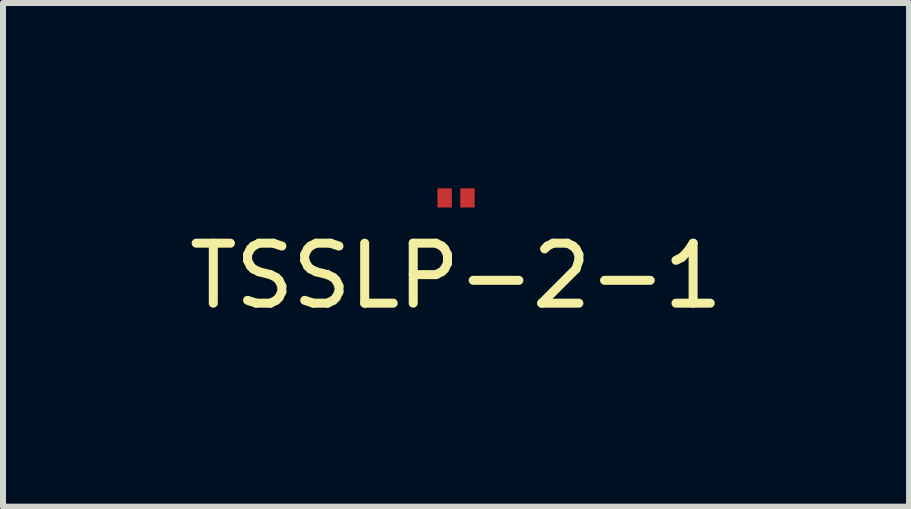
<source format=kicad_pcb>
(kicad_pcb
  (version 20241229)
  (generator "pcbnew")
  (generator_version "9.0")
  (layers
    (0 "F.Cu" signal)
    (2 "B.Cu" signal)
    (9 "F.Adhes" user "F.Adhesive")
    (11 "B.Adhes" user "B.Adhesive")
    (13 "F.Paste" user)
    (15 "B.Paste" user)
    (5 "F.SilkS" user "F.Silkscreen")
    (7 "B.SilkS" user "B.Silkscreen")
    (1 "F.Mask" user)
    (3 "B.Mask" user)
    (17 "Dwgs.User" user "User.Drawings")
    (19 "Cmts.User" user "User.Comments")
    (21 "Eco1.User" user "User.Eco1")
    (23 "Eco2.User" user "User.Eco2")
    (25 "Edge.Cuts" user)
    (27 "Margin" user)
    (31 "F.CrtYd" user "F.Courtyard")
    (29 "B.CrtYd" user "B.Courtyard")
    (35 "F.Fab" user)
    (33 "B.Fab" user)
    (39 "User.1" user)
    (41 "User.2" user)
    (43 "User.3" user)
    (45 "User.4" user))
  (footprint "TSSLP-2-1"
    (layer "F.Cu")
    (at 4.554 0.25)
    (property "Reference" "TSSLP-2-1" (at 0 1.3 0) (layer "F.SilkS") (effects (font (size 1 1) (thickness 0.15))))
    (attr through_hole)
    (pad "1" smd rect (at -0.19 0) (size 0.24 0.32) (layers "F.Cu" "F.Mask" "F.Paste"))
    (pad "2" smd rect (at 0.19 0) (size 0.24 0.32) (layers "F.Cu" "F.Mask" "F.Paste")))
  (gr_rect
    (start -3 -3)
    (end 12.107 5.398)
    (stroke (width 0.1) (type default))
    (fill no)
    (layer "Edge.Cuts")))
</source>
